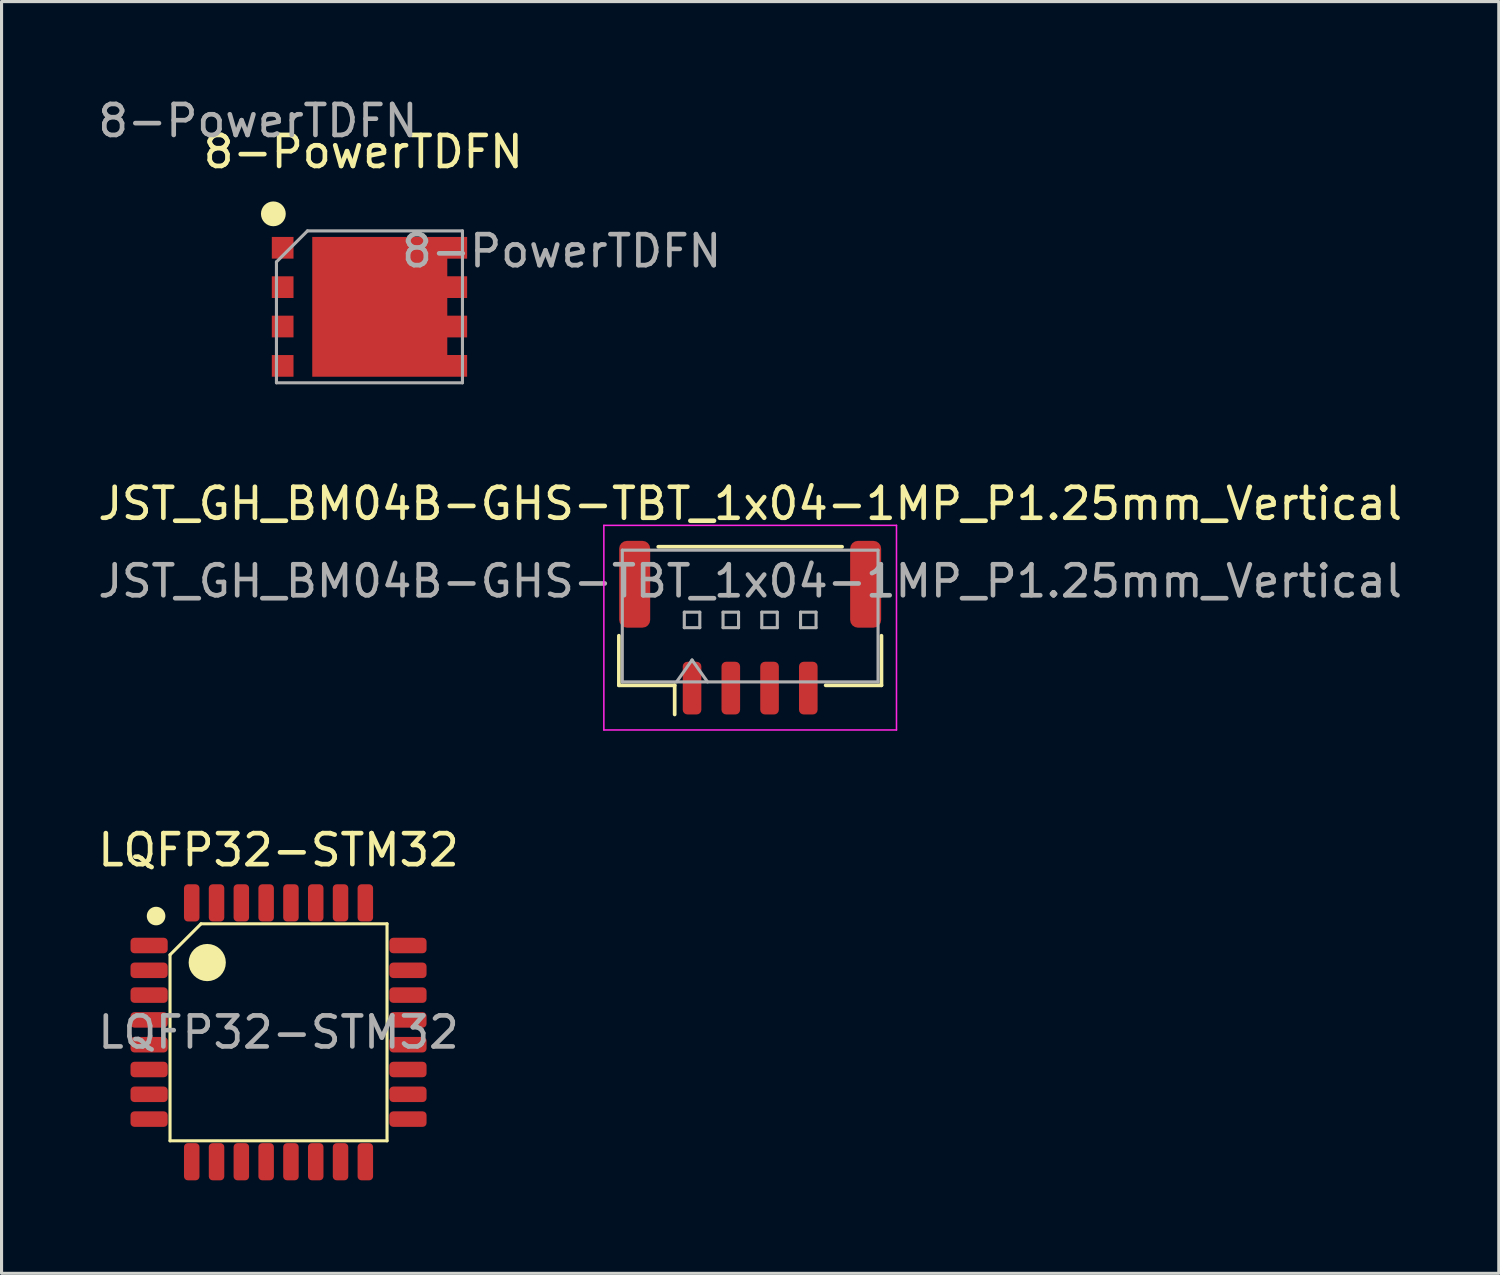
<source format=kicad_pcb>
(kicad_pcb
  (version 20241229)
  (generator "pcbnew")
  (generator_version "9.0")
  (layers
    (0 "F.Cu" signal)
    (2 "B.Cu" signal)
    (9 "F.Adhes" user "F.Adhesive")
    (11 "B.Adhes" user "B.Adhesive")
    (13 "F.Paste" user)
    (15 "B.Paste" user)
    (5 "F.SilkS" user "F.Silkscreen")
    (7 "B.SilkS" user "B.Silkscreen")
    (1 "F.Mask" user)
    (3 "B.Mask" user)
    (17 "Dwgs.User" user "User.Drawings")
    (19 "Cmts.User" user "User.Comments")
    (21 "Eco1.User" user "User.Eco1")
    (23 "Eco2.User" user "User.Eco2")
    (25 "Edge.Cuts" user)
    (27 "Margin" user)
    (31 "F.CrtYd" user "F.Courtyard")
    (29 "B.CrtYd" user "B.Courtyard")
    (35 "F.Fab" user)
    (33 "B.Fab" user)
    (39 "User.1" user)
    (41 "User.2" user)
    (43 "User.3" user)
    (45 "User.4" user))
  (footprint "JST_GH_BM04B-GHS-TBT_1x04-1MP_P1.25mm_Vertical"
    (layer "F.Cu")
    (at 21.149 17.197)
    (property "Reference" "JST_GH_BM04B-GHS-TBT_1x04-1MP_P1.25mm_Vertical" (at 0 -4 0) (layer "F.SilkS") (effects (font (size 1 1) (thickness 0.15))))
    (attr smd)
    (fp_line (start -4.235 0.26) (end -4.235 1.86) (stroke (width 0.12) (type solid)) (layer "F.SilkS"))
    (fp_line (start -4.235 1.86) (end -2.435 1.86) (stroke (width 0.12) (type solid)) (layer "F.SilkS"))
    (fp_line (start -2.965 -2.61) (end 2.965 -2.61) (stroke (width 0.12) (type solid)) (layer "F.SilkS"))
    (fp_line (start -2.435 1.86) (end -2.435 2.8) (stroke (width 0.12) (type solid)) (layer "F.SilkS"))
    (fp_line (start 4.235 0.26) (end 4.235 1.86) (stroke (width 0.12) (type solid)) (layer "F.SilkS"))
    (fp_line (start 4.235 1.86) (end 2.435 1.86) (stroke (width 0.12) (type solid)) (layer "F.SilkS"))
    (fp_line (start -4.72 -3.3) (end -4.72 3.3) (stroke (width 0.05) (type solid)) (layer "F.CrtYd"))
    (fp_line (start -4.72 3.3) (end 4.72 3.3) (stroke (width 0.05) (type solid)) (layer "F.CrtYd"))
    (fp_line (start 4.72 -3.3) (end -4.72 -3.3) (stroke (width 0.05) (type solid)) (layer "F.CrtYd"))
    (fp_line (start 4.72 3.3) (end 4.72 -3.3) (stroke (width 0.05) (type solid)) (layer "F.CrtYd"))
    (fp_line (start -4.125 -2.5) (end 4.125 -2.5) (stroke (width 0.1) (type solid)) (layer "F.Fab"))
    (fp_line (start -4.125 1.75) (end -4.125 -2.5) (stroke (width 0.1) (type solid)) (layer "F.Fab"))
    (fp_line (start -4.125 1.75) (end 4.125 1.75) (stroke (width 0.1) (type solid)) (layer "F.Fab"))
    (fp_line (start -2.375 1.75) (end -1.875 1.043) (stroke (width 0.1) (type solid)) (layer "F.Fab"))
    (fp_line (start -2.125 -0.5) (end -2.125 0) (stroke (width 0.1) (type solid)) (layer "F.Fab"))
    (fp_line (start -2.125 0) (end -1.625 0) (stroke (width 0.1) (type solid)) (layer "F.Fab"))
    (fp_line (start -1.875 1.043) (end -1.375 1.75) (stroke (width 0.1) (type solid)) (layer "F.Fab"))
    (fp_line (start -1.625 -0.5) (end -2.125 -0.5) (stroke (width 0.1) (type solid)) (layer "F.Fab"))
    (fp_line (start -1.625 0) (end -1.625 -0.5) (stroke (width 0.1) (type solid)) (layer "F.Fab"))
    (fp_line (start -0.875 -0.5) (end -0.875 0) (stroke (width 0.1) (type solid)) (layer "F.Fab"))
    (fp_line (start -0.875 0) (end -0.375 0) (stroke (width 0.1) (type solid)) (layer "F.Fab"))
    (fp_line (start -0.375 -0.5) (end -0.875 -0.5) (stroke (width 0.1) (type solid)) (layer "F.Fab"))
    (fp_line (start -0.375 0) (end -0.375 -0.5) (stroke (width 0.1) (type solid)) (layer "F.Fab"))
    (fp_line (start 0.375 -0.5) (end 0.375 0) (stroke (width 0.1) (type solid)) (layer "F.Fab"))
    (fp_line (start 0.375 0) (end 0.875 0) (stroke (width 0.1) (type solid)) (layer "F.Fab"))
    (fp_line (start 0.875 -0.5) (end 0.375 -0.5) (stroke (width 0.1) (type solid)) (layer "F.Fab"))
    (fp_line (start 0.875 0) (end 0.875 -0.5) (stroke (width 0.1) (type solid)) (layer "F.Fab"))
    (fp_line (start 1.625 -0.5) (end 1.625 0) (stroke (width 0.1) (type solid)) (layer "F.Fab"))
    (fp_line (start 1.625 0) (end 2.125 0) (stroke (width 0.1) (type solid)) (layer "F.Fab"))
    (fp_line (start 2.125 -0.5) (end 1.625 -0.5) (stroke (width 0.1) (type solid)) (layer "F.Fab"))
    (fp_line (start 2.125 0) (end 2.125 -0.5) (stroke (width 0.1) (type solid)) (layer "F.Fab"))
    (fp_line (start 4.125 1.75) (end 4.125 -2.5) (stroke (width 0.1) (type solid)) (layer "F.Fab"))
    (fp_text user "${REFERENCE}" (at 0 -1.5 0) (layer "F.Fab") (effects (font (size 1 1) (thickness 0.15))))
    (pad "1" smd roundrect (at -1.875 1.95) (size 0.6 1.7) (layers "F.Cu" "F.Mask" "F.Paste") (roundrect_rratio 0.25))
    (pad "2" smd roundrect (at -0.625 1.95) (size 0.6 1.7) (layers "F.Cu" "F.Mask" "F.Paste") (roundrect_rratio 0.25))
    (pad "3" smd roundrect (at 0.625 1.95) (size 0.6 1.7) (layers "F.Cu" "F.Mask" "F.Paste") (roundrect_rratio 0.25))
    (pad "4" smd roundrect (at 1.875 1.95) (size 0.6 1.7) (layers "F.Cu" "F.Mask" "F.Paste") (roundrect_rratio 0.25))
    (pad "MP" smd roundrect (at -3.725 -1.4) (size 1 2.8) (layers "F.Cu" "F.Mask" "F.Paste") (roundrect_rratio 0.25))
    (pad "MP" smd roundrect (at 3.725 -1.4) (size 1 2.8) (layers "F.Cu" "F.Mask" "F.Paste") (roundrect_rratio 0.25)))
  (footprint "LQFP32-STM32"
    (layer "F.Cu")
    (at 5.935 30.25)
    (property "Reference" "LQFP32-STM32" (at 0 -5.88 0) (layer "F.SilkS") (effects (font (size 1 1) (thickness 0.15))))
    (attr smd)
    (fp_line (start -3.5 -2.5) (end -2.5 -3.5) (stroke (width 0.1) (type solid)) (layer "F.SilkS"))
    (fp_line (start -3.5 3.5) (end -3.5 -2.5) (stroke (width 0.1) (type solid)) (layer "F.SilkS"))
    (fp_line (start -2.5 -3.5) (end 3.5 -3.5) (stroke (width 0.1) (type solid)) (layer "F.SilkS"))
    (fp_line (start 3.5 -3.5) (end 3.5 3.5) (stroke (width 0.1) (type solid)) (layer "F.SilkS"))
    (fp_line (start 3.5 3.5) (end -3.5 3.5) (stroke (width 0.1) (type solid)) (layer "F.SilkS"))
    (fp_circle (center -3.95 -3.75) (end -3.8 -3.75) (stroke (width 0.3) (type solid)) (fill no) (layer "F.SilkS"))
    (fp_circle (center -2.3 -2.25) (end -2 -2.25) (stroke (width 0.6) (type solid)) (fill no) (layer "F.SilkS"))
    (fp_text user "${REFERENCE}" (at 0 0 0) (layer "F.Fab") (effects (font (size 1 1) (thickness 0.15))))
    (pad "1" smd roundrect (at -4.175 -2.8) (size 1.2 0.5) (layers "F.Cu" "F.Mask" "F.Paste") (roundrect_rratio 0.25))
    (pad "2" smd roundrect (at -4.175 -2) (size 1.2 0.5) (layers "F.Cu" "F.Mask" "F.Paste") (roundrect_rratio 0.25))
    (pad "3" smd roundrect (at -4.175 -1.2) (size 1.2 0.5) (layers "F.Cu" "F.Mask" "F.Paste") (roundrect_rratio 0.25))
    (pad "4" smd roundrect (at -4.175 -0.4) (size 1.2 0.5) (layers "F.Cu" "F.Mask" "F.Paste") (roundrect_rratio 0.25))
    (pad "5" smd roundrect (at -4.175 0.4) (size 1.2 0.5) (layers "F.Cu" "F.Mask" "F.Paste") (roundrect_rratio 0.25))
    (pad "6" smd roundrect (at -4.175 1.2) (size 1.2 0.5) (layers "F.Cu" "F.Mask" "F.Paste") (roundrect_rratio 0.25))
    (pad "7" smd roundrect (at -4.175 2) (size 1.2 0.5) (layers "F.Cu" "F.Mask" "F.Paste") (roundrect_rratio 0.25))
    (pad "8" smd roundrect (at -4.175 2.8) (size 1.2 0.5) (layers "F.Cu" "F.Mask" "F.Paste") (roundrect_rratio 0.25))
    (pad "9" smd roundrect (at -2.8 4.175) (size 0.5 1.2) (layers "F.Cu" "F.Mask" "F.Paste") (roundrect_rratio 0.25))
    (pad "10" smd roundrect (at -2 4.175) (size 0.5 1.2) (layers "F.Cu" "F.Mask" "F.Paste") (roundrect_rratio 0.25))
    (pad "11" smd roundrect (at -1.2 4.175) (size 0.5 1.2) (layers "F.Cu" "F.Mask" "F.Paste") (roundrect_rratio 0.25))
    (pad "12" smd roundrect (at -0.4 4.175) (size 0.5 1.2) (layers "F.Cu" "F.Mask" "F.Paste") (roundrect_rratio 0.25))
    (pad "13" smd roundrect (at 0.4 4.175) (size 0.5 1.2) (layers "F.Cu" "F.Mask" "F.Paste") (roundrect_rratio 0.25))
    (pad "14" smd roundrect (at 1.2 4.175) (size 0.5 1.2) (layers "F.Cu" "F.Mask" "F.Paste") (roundrect_rratio 0.25))
    (pad "15" smd roundrect (at 2 4.175) (size 0.5 1.2) (layers "F.Cu" "F.Mask" "F.Paste") (roundrect_rratio 0.25))
    (pad "16" smd roundrect (at 2.8 4.175) (size 0.5 1.2) (layers "F.Cu" "F.Mask" "F.Paste") (roundrect_rratio 0.25))
    (pad "17" smd roundrect (at 4.175 2.8) (size 1.2 0.5) (layers "F.Cu" "F.Mask" "F.Paste") (roundrect_rratio 0.25))
    (pad "18" smd roundrect (at 4.175 2) (size 1.2 0.5) (layers "F.Cu" "F.Mask" "F.Paste") (roundrect_rratio 0.25))
    (pad "19" smd roundrect (at 4.175 1.2) (size 1.2 0.5) (layers "F.Cu" "F.Mask" "F.Paste") (roundrect_rratio 0.25))
    (pad "20" smd roundrect (at 4.175 0.4) (size 1.2 0.5) (layers "F.Cu" "F.Mask" "F.Paste") (roundrect_rratio 0.25))
    (pad "21" smd roundrect (at 4.175 -0.4) (size 1.2 0.5) (layers "F.Cu" "F.Mask" "F.Paste") (roundrect_rratio 0.25))
    (pad "22" smd roundrect (at 4.175 -1.2) (size 1.2 0.5) (layers "F.Cu" "F.Mask" "F.Paste") (roundrect_rratio 0.25))
    (pad "23" smd roundrect (at 4.175 -2) (size 1.2 0.5) (layers "F.Cu" "F.Mask" "F.Paste") (roundrect_rratio 0.25))
    (pad "24" smd roundrect (at 4.175 -2.8) (size 1.2 0.5) (layers "F.Cu" "F.Mask" "F.Paste") (roundrect_rratio 0.25))
    (pad "25" smd roundrect (at 2.8 -4.175) (size 0.5 1.2) (layers "F.Cu" "F.Mask" "F.Paste") (roundrect_rratio 0.25))
    (pad "26" smd roundrect (at 2 -4.175) (size 0.5 1.2) (layers "F.Cu" "F.Mask" "F.Paste") (roundrect_rratio 0.25))
    (pad "27" smd roundrect (at 1.2 -4.175) (size 0.5 1.2) (layers "F.Cu" "F.Mask" "F.Paste") (roundrect_rratio 0.25))
    (pad "28" smd roundrect (at 0.4 -4.175) (size 0.5 1.2) (layers "F.Cu" "F.Mask" "F.Paste") (roundrect_rratio 0.25))
    (pad "29" smd roundrect (at -0.4 -4.175) (size 0.5 1.2) (layers "F.Cu" "F.Mask" "F.Paste") (roundrect_rratio 0.25))
    (pad "30" smd roundrect (at -1.2 -4.175) (size 0.5 1.2) (layers "F.Cu" "F.Mask" "F.Paste") (roundrect_rratio 0.25))
    (pad "31" smd roundrect (at -2 -4.175) (size 0.5 1.2) (layers "F.Cu" "F.Mask" "F.Paste") (roundrect_rratio 0.25))
    (pad "32" smd roundrect (at -2.8 -4.175) (size 0.5 1.2) (layers "F.Cu" "F.Mask" "F.Paste") (roundrect_rratio 0.25)))
  (footprint "8-PowerTDFN"
    (layer "F.Cu")
    (at 8.868 6.848)
    (property "Reference" "8-PowerTDFN" (at -0.2 -5 0) (unlocked yes) (layer "F.SilkS") (effects (font (size 1 1) (thickness 0.15))))
    (attr smd)
    (fp_circle (center -3.1 -3) (end -2.9 -3) (stroke (width 0.4) (type solid)) (fill no) (layer "F.SilkS"))
    (fp_line (start -3 -1.45) (end -3 2.45) (stroke (width 0.1) (type solid)) (layer "F.Fab"))
    (fp_line (start -2 -2.45) (end -3 -1.45) (stroke (width 0.1) (type solid)) (layer "F.Fab"))
    (fp_line (start -2 -2.45) (end 3 -2.45) (stroke (width 0.1) (type solid)) (layer "F.Fab"))
    (fp_line (start 3 -2.45) (end 3 2.45) (stroke (width 0.1) (type solid)) (layer "F.Fab"))
    (fp_line (start 3 2.45) (end -3 2.45) (stroke (width 0.1) (type solid)) (layer "F.Fab"))
    (fp_text user "${REFERENCE}" (at -3.6 -6 0) (layer "F.Fab") (effects (font (size 1 1) (thickness 0.15))))
    (fp_text user "${REFERENCE}" (at 6.2 -1.8 0) (unlocked yes) (layer "F.Fab") (effects (font (size 1 1) (thickness 0.15))))
    (pad "" smd rect (at -0.797 -1.095) (size 1.235 1.57) (layers "F.Paste"))
    (pad "" smd rect (at -0.797 1.095) (size 1.235 1.57) (layers "F.Paste"))
    (pad "" smd rect (at 1.113 -1.095) (size 1.585 1.57) (layers "F.Paste"))
    (pad "" smd rect (at 1.113 1.095) (size 1.585 1.57) (layers "F.Paste"))
    (pad "1" smd rect (at -2.8 -1.905) (size 0.7 0.7) (layers "F.Cu" "F.Mask" "F.Paste"))
    (pad "1" smd rect (at -2.8 -0.635) (size 0.7 0.7) (layers "F.Cu" "F.Mask" "F.Paste"))
    (pad "1" smd rect (at -2.8 0.635) (size 0.7 0.7) (layers "F.Cu" "F.Mask" "F.Paste"))
    (pad "2" smd rect (at -2.8 1.905) (size 0.7 0.7) (layers "F.Cu" "F.Mask" "F.Paste"))
    (pad "3" smd custom (at 0.33 0) (size 4.35 4.51) (layers "F.Cu" "F.Mask") (options (anchor rect)) (primitives (gr_poly (pts (xy 2.82 -2.255) (xy -2.175 -2.255) (xy -2.175 2.255) (xy 2.82 2.255) (xy 2.82 1.555) (xy 2.18 1.555) (xy 2.18 0.985) (xy 2.82 0.985) (xy 2.82 0.285) (xy 2.18 0.285) (xy 2.18 -0.285) (xy 2.82 -0.285) (xy 2.82 -0.985) (xy 2.18 -0.985) (xy 2.18 -1.555) (xy 2.82 -1.555)) (width 0.001) (fill yes)))))
  (gr_rect
    (start -3 -3)
    (end 45.298 38.025)
    (stroke (width 0.1) (type default))
    (fill no)
    (layer "Edge.Cuts")))
</source>
